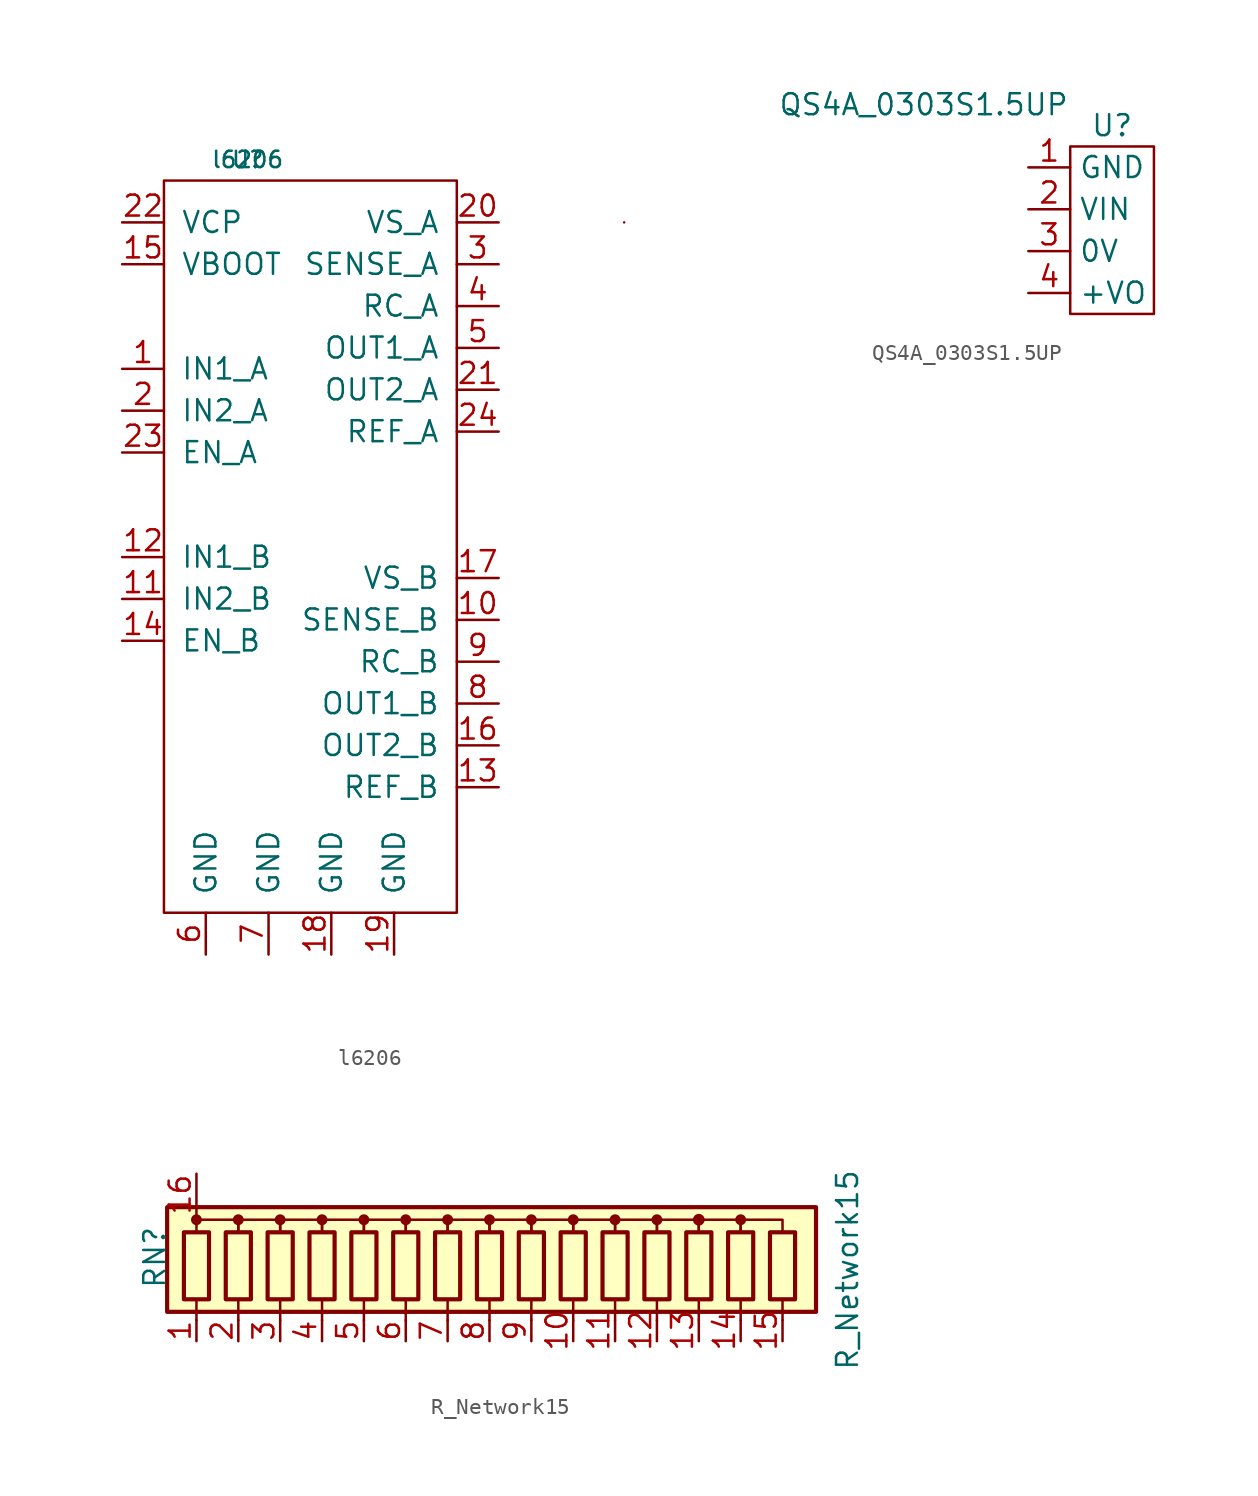
<source format=kicad_sym>
(kicad_symbol_lib
  (version 20211014)
  (generator kicad_symbol_editor)
  (symbol "l6206"
    (pin_names
      (offset 1.016))
    (property "Reference" "U"
      (at 0 0 0)
      (effects (font (size 0.991 0.991))))
    (property "Value" "l6206"
      (at 0 0 0)
      (effects (font (size 0.991 0.991))))
    (symbol "l6206_0_1"
      (rectangle (start -5.08 -1.27) (end 12.7 -45.72) (stroke (width 0) (type default) (color 0 0 0 0)) (fill (type none)))
      (rectangle (start 22.86 -3.81) (end 22.86 -3.81) (stroke (width 0) (type default) (color 0 0 0 0)) (fill (type none))))
    (symbol "l6206_1_1"
      (pin input line (at -7.62 -12.7 0) (length 2.54) (name "IN1_A" (effects (font (size 1.27 1.27)))) (number "1" (effects (font (size 1.27 1.27)))))
      (pin input line (at 15.24 -27.94 180) (length 2.54) (name "SENSE_B" (effects (font (size 1.27 1.27)))) (number "10" (effects (font (size 1.27 1.27)))))
      (pin input line (at -7.62 -26.67 0) (length 2.54) (name "IN2_B" (effects (font (size 1.27 1.27)))) (number "11" (effects (font (size 1.27 1.27)))))
      (pin input line (at -7.62 -24.13 0) (length 2.54) (name "IN1_B" (effects (font (size 1.27 1.27)))) (number "12" (effects (font (size 1.27 1.27)))))
      (pin input line (at 15.24 -38.1 180) (length 2.54) (name "REF_B" (effects (font (size 1.27 1.27)))) (number "13" (effects (font (size 1.27 1.27)))))
      (pin input line (at -7.62 -29.21 0) (length 2.54) (name "EN_B" (effects (font (size 1.27 1.27)))) (number "14" (effects (font (size 1.27 1.27)))))
      (pin input line (at -7.62 -6.35 0) (length 2.54) (name "VBOOT" (effects (font (size 1.27 1.27)))) (number "15" (effects (font (size 1.27 1.27)))))
      (pin output line (at 15.24 -35.56 180) (length 2.54) (name "OUT2_B" (effects (font (size 1.27 1.27)))) (number "16" (effects (font (size 1.27 1.27)))))
      (pin input line (at 15.24 -25.4 180) (length 2.54) (name "VS_B" (effects (font (size 1.27 1.27)))) (number "17" (effects (font (size 1.27 1.27)))))
      (pin input line (at 5.08 -48.26 90) (length 2.54) (name "GND" (effects (font (size 1.27 1.27)))) (number "18" (effects (font (size 1.27 1.27)))))
      (pin input line (at 8.89 -48.26 90) (length 2.54) (name "GND" (effects (font (size 1.27 1.27)))) (number "19" (effects (font (size 1.27 1.27)))))
      (pin input line (at -7.62 -15.24 0) (length 2.54) (name "IN2_A" (effects (font (size 1.27 1.27)))) (number "2" (effects (font (size 1.27 1.27)))))
      (pin input line (at 15.24 -3.81 180) (length 2.54) (name "VS_A" (effects (font (size 1.27 1.27)))) (number "20" (effects (font (size 1.27 1.27)))))
      (pin output line (at 15.24 -13.97 180) (length 2.54) (name "OUT2_A" (effects (font (size 1.27 1.27)))) (number "21" (effects (font (size 1.27 1.27)))))
      (pin input line (at -7.62 -3.81 0) (length 2.54) (name "VCP" (effects (font (size 1.27 1.27)))) (number "22" (effects (font (size 1.27 1.27)))))
      (pin input line (at -7.62 -17.78 0) (length 2.54) (name "EN_A" (effects (font (size 1.27 1.27)))) (number "23" (effects (font (size 1.27 1.27)))))
      (pin input line (at 15.24 -16.51 180) (length 2.54) (name "REF_A" (effects (font (size 1.27 1.27)))) (number "24" (effects (font (size 1.27 1.27)))))
      (pin input line (at 15.24 -6.35 180) (length 2.54) (name "SENSE_A" (effects (font (size 1.27 1.27)))) (number "3" (effects (font (size 1.27 1.27)))))
      (pin input line (at 15.24 -8.89 180) (length 2.54) (name "RC_A" (effects (font (size 1.27 1.27)))) (number "4" (effects (font (size 1.27 1.27)))))
      (pin output line (at 15.24 -11.43 180) (length 2.54) (name "OUT1_A" (effects (font (size 1.27 1.27)))) (number "5" (effects (font (size 1.27 1.27)))))
      (pin input line (at -2.54 -48.26 90) (length 2.54) (name "GND" (effects (font (size 1.27 1.27)))) (number "6" (effects (font (size 1.27 1.27)))))
      (pin input line (at 1.27 -48.26 90) (length 2.54) (name "GND" (effects (font (size 1.27 1.27)))) (number "7" (effects (font (size 1.27 1.27)))))
      (pin output line (at 15.24 -33.02 180) (length 2.54) (name "OUT1_B" (effects (font (size 1.27 1.27)))) (number "8" (effects (font (size 1.27 1.27)))))
      (pin input line (at 15.24 -30.48 180) (length 2.54) (name "RC_B" (effects (font (size 1.27 1.27)))) (number "9" (effects (font (size 1.27 1.27)))))))
  (symbol "QS4A_0303S1.5UP"
    (property "Reference" "U"
      (at 0 6.35 0)
      (effects (font (size 1.27 1.27))))
    (property "Value" "QS4A_0303S1.5UP"
      (at -11.43 7.62 0)
      (effects (font (size 1.27 1.27))))
    (symbol "QS4A_0303S1.5UP_0_1"
      (polyline (pts (xy -2.54 5.08) (xy 2.54 5.08) (xy 2.54 -5.08) (xy -2.54 -5.08) (xy -2.54 5.08)) (stroke (width 0.152) (type default) (color 0 0 0 0)) (fill (type none))))
    (symbol "QS4A_0303S1.5UP_1_1"
      (pin input line (at -5.08 3.81 0) (length 2.54) (name "GND" (effects (font (size 1.27 1.27)))) (number "1" (effects (font (size 1.27 1.27)))))
      (pin input line (at -5.08 1.27 0) (length 2.54) (name "VIN" (effects (font (size 1.27 1.27)))) (number "2" (effects (font (size 1.27 1.27)))))
      (pin input line (at -5.08 -1.27 0) (length 2.54) (name "0V" (effects (font (size 1.27 1.27)))) (number "3" (effects (font (size 1.27 1.27)))))
      (pin input line (at -5.08 -3.81 0) (length 2.54) (name "+VO" (effects (font (size 1.27 1.27)))) (number "4" (effects (font (size 1.27 1.27)))))))
  (symbol "R_Network15"
    (pin_names
      (offset 0) hide)
    (property "Reference" "RN"
      (at -17.78 0 90)
      (effects (font (size 1.27 1.27))))
    (property "Value" "R_Network15"
      (at 24.257 -0.762 90)
      (effects (font (size 1.27 1.27))))
    (symbol "R_Network15_0_1"
      (rectangle (start -17.018 -3.302) (end 22.352 3.048) (stroke (width 0.254) (type default) (color 0 0 0 0)) (fill (type background)))
      (rectangle (start -16.002 1.524) (end -14.478 -2.54) (stroke (width 0.254) (type default) (color 0 0 0 0)) (fill (type none)))
      (circle (center -15.24 2.286) (radius 0.254) (stroke (width 0) (type default) (color 0 0 0 0)) (fill (type outline)))
      (rectangle (start -13.462 1.524) (end -11.938 -2.54) (stroke (width 0.254) (type default) (color 0 0 0 0)) (fill (type none)))
      (circle (center -12.7 2.286) (radius 0.254) (stroke (width 0) (type default) (color 0 0 0 0)) (fill (type outline)))
      (rectangle (start -10.922 1.524) (end -9.398 -2.54) (stroke (width 0.254) (type default) (color 0 0 0 0)) (fill (type none)))
      (circle (center -10.16 2.286) (radius 0.254) (stroke (width 0) (type default) (color 0 0 0 0)) (fill (type outline)))
      (rectangle (start -8.382 1.524) (end -6.858 -2.54) (stroke (width 0.254) (type default) (color 0 0 0 0)) (fill (type none)))
      (circle (center -7.62 2.286) (radius 0.254) (stroke (width 0) (type default) (color 0 0 0 0)) (fill (type outline)))
      (rectangle (start -5.842 1.524) (end -4.318 -2.54) (stroke (width 0.254) (type default) (color 0 0 0 0)) (fill (type none)))
      (circle (center -5.08 2.286) (radius 0.254) (stroke (width 0) (type default) (color 0 0 0 0)) (fill (type outline)))
      (rectangle (start -3.302 1.524) (end -1.778 -2.54) (stroke (width 0.254) (type default) (color 0 0 0 0)) (fill (type none)))
      (circle (center -2.54 2.286) (radius 0.254) (stroke (width 0) (type default) (color 0 0 0 0)) (fill (type outline)))
      (rectangle (start -0.762 1.524) (end 0.762 -2.54) (stroke (width 0.254) (type default) (color 0 0 0 0)) (fill (type none)))
      (polyline (pts (xy -15.24 -2.54) (xy -15.24 -3.81)) (stroke (width 0) (type default) (color 0 0 0 0)) (fill (type none)))
      (polyline (pts (xy -12.7 -2.54) (xy -12.7 -3.81)) (stroke (width 0) (type default) (color 0 0 0 0)) (fill (type none)))
      (polyline (pts (xy -10.16 -2.54) (xy -10.16 -3.81)) (stroke (width 0) (type default) (color 0 0 0 0)) (fill (type none)))
      (polyline (pts (xy -7.62 -2.54) (xy -7.62 -3.81)) (stroke (width 0) (type default) (color 0 0 0 0)) (fill (type none)))
      (polyline (pts (xy -5.08 -2.54) (xy -5.08 -3.81)) (stroke (width 0) (type default) (color 0 0 0 0)) (fill (type none)))
      (polyline (pts (xy -2.54 -2.54) (xy -2.54 -3.81)) (stroke (width 0) (type default) (color 0 0 0 0)) (fill (type none)))
      (polyline (pts (xy 0 -2.54) (xy 0 -3.81)) (stroke (width 0) (type default) (color 0 0 0 0)) (fill (type none)))
      (polyline (pts (xy 2.54 -2.54) (xy 2.54 -3.81)) (stroke (width 0) (type default) (color 0 0 0 0)) (fill (type none)))
      (polyline (pts (xy 5.08 -2.54) (xy 5.08 -3.81)) (stroke (width 0) (type default) (color 0 0 0 0)) (fill (type none)))
      (polyline (pts (xy 7.62 -2.54) (xy 7.62 -3.81)) (stroke (width 0) (type default) (color 0 0 0 0)) (fill (type none)))
      (polyline (pts (xy 10.16 -2.54) (xy 10.16 -3.81)) (stroke (width 0) (type default) (color 0 0 0 0)) (fill (type none)))
      (polyline (pts (xy 12.7 -2.54) (xy 12.7 -3.81)) (stroke (width 0) (type default) (color 0 0 0 0)) (fill (type none)))
      (polyline (pts (xy 15.24 -2.54) (xy 15.24 -3.81)) (stroke (width 0) (type default) (color 0 0 0 0)) (fill (type none)))
      (polyline (pts (xy 17.78 -2.54) (xy 17.78 -3.81)) (stroke (width 0) (type default) (color 0 0 0 0)) (fill (type none)))
      (polyline (pts (xy 20.32 -2.54) (xy 20.32 -3.81)) (stroke (width 0) (type default) (color 0 0 0 0)) (fill (type none)))
      (polyline (pts (xy -15.24 1.524) (xy -15.24 2.286) (xy -12.7 2.286) (xy -12.7 1.524)) (stroke (width 0) (type default) (color 0 0 0 0)) (fill (type none)))
      (polyline (pts (xy -12.7 1.524) (xy -12.7 2.286) (xy -10.16 2.286) (xy -10.16 1.524)) (stroke (width 0) (type default) (color 0 0 0 0)) (fill (type none)))
      (polyline (pts (xy -10.16 1.524) (xy -10.16 2.286) (xy -7.62 2.286) (xy -7.62 1.524)) (stroke (width 0) (type default) (color 0 0 0 0)) (fill (type none)))
      (polyline (pts (xy -7.62 1.524) (xy -7.62 2.286) (xy -5.08 2.286) (xy -5.08 1.524)) (stroke (width 0) (type default) (color 0 0 0 0)) (fill (type none)))
      (polyline (pts (xy -5.08 1.524) (xy -5.08 2.286) (xy -2.54 2.286) (xy -2.54 1.524)) (stroke (width 0) (type default) (color 0 0 0 0)) (fill (type none)))
      (polyline (pts (xy -2.54 1.524) (xy -2.54 2.286) (xy 0 2.286) (xy 0 1.524)) (stroke (width 0) (type default) (color 0 0 0 0)) (fill (type none)))
      (polyline (pts (xy 0 1.524) (xy 0 2.286) (xy 2.54 2.286) (xy 2.54 1.524)) (stroke (width 0) (type default) (color 0 0 0 0)) (fill (type none)))
      (polyline (pts (xy 2.54 1.524) (xy 2.54 2.286) (xy 5.08 2.286) (xy 5.08 1.524)) (stroke (width 0) (type default) (color 0 0 0 0)) (fill (type none)))
      (polyline (pts (xy 5.08 1.524) (xy 5.08 2.286) (xy 7.62 2.286) (xy 7.62 1.524)) (stroke (width 0) (type default) (color 0 0 0 0)) (fill (type none)))
      (polyline (pts (xy 7.62 1.524) (xy 7.62 2.286) (xy 10.16 2.286) (xy 10.16 1.524)) (stroke (width 0) (type default) (color 0 0 0 0)) (fill (type none)))
      (polyline (pts (xy 10.16 1.524) (xy 10.16 2.286) (xy 12.7 2.286) (xy 12.7 1.524)) (stroke (width 0) (type default) (color 0 0 0 0)) (fill (type none)))
      (polyline (pts (xy 12.7 1.524) (xy 12.7 2.286) (xy 15.24 2.286) (xy 15.24 1.524)) (stroke (width 0) (type default) (color 0 0 0 0)) (fill (type none)))
      (polyline (pts (xy 15.24 1.524) (xy 15.24 2.286) (xy 17.78 2.286) (xy 17.78 1.524)) (stroke (width 0) (type default) (color 0 0 0 0)) (fill (type none)))
      (polyline (pts (xy 17.78 1.524) (xy 17.78 2.286) (xy 20.32 2.286) (xy 20.32 1.524)) (stroke (width 0) (type default) (color 0 0 0 0)) (fill (type none)))
      (circle (center 0 2.286) (radius 0.254) (stroke (width 0) (type default) (color 0 0 0 0)) (fill (type outline)))
      (rectangle (start 1.778 1.524) (end 3.302 -2.54) (stroke (width 0.254) (type default) (color 0 0 0 0)) (fill (type none)))
      (circle (center 2.54 2.286) (radius 0.254) (stroke (width 0) (type default) (color 0 0 0 0)) (fill (type outline)))
      (rectangle (start 4.318 1.524) (end 5.842 -2.54) (stroke (width 0.254) (type default) (color 0 0 0 0)) (fill (type none)))
      (circle (center 5.08 2.286) (radius 0.254) (stroke (width 0) (type default) (color 0 0 0 0)) (fill (type outline)))
      (rectangle (start 6.858 1.524) (end 8.382 -2.54) (stroke (width 0.254) (type default) (color 0 0 0 0)) (fill (type none)))
      (circle (center 7.62 2.286) (radius 0.254) (stroke (width 0) (type default) (color 0 0 0 0)) (fill (type outline)))
      (rectangle (start 9.398 1.524) (end 10.922 -2.54) (stroke (width 0.254) (type default) (color 0 0 0 0)) (fill (type none)))
      (circle (center 10.16 2.286) (radius 0.254) (stroke (width 0) (type default) (color 0 0 0 0)) (fill (type outline)))
      (rectangle (start 11.938 1.524) (end 13.462 -2.54) (stroke (width 0.254) (type default) (color 0 0 0 0)) (fill (type none)))
      (circle (center 12.7 2.286) (radius 0.254) (stroke (width 0) (type default) (color 0 0 0 0)) (fill (type outline)))
      (rectangle (start 14.478 1.524) (end 16.002 -2.54) (stroke (width 0.254) (type default) (color 0 0 0 0)) (fill (type none)))
      (circle (center 15.24 2.286) (radius 0.279) (stroke (width 0) (type default) (color 0 0 0 0)) (fill (type outline)))
      (rectangle (start 17.018 1.524) (end 18.542 -2.54) (stroke (width 0.254) (type default) (color 0 0 0 0)) (fill (type none)))
      (circle (center 17.78 2.286) (radius 0.254) (stroke (width 0) (type default) (color 0 0 0 0)) (fill (type outline)))
      (rectangle (start 19.558 1.524) (end 21.082 -2.54) (stroke (width 0.254) (type default) (color 0 0 0 0)) (fill (type none))))
    (symbol "R_Network15_1_1"
      (pin passive line (at -15.24 -5.08 90) (length 1.27) (name "R1" (effects (font (size 1.27 1.27)))) (number "1" (effects (font (size 1.27 1.27)))))
      (pin passive line (at 7.62 -5.08 90) (length 1.27) (name "R10" (effects (font (size 1.27 1.27)))) (number "10" (effects (font (size 1.27 1.27)))))
      (pin passive line (at 10.16 -5.08 90) (length 1.27) (name "R11" (effects (font (size 1.27 1.27)))) (number "11" (effects (font (size 1.27 1.27)))))
      (pin passive line (at 12.7 -5.08 90) (length 1.27) (name "R12" (effects (font (size 1.27 1.27)))) (number "12" (effects (font (size 1.27 1.27)))))
      (pin passive line (at 15.24 -5.08 90) (length 1.27) (name "R13" (effects (font (size 1.27 1.27)))) (number "13" (effects (font (size 1.27 1.27)))))
      (pin passive line (at 17.78 -5.08 90) (length 1.27) (name "R14" (effects (font (size 1.27 1.27)))) (number "14" (effects (font (size 1.27 1.27)))))
      (pin passive line (at 20.32 -5.08 90) (length 1.27) (name "R15" (effects (font (size 1.27 1.27)))) (number "15" (effects (font (size 1.27 1.27)))))
      (pin passive line (at -15.24 5.08 270) (length 2.54) (name "common" (effects (font (size 1.27 1.27)))) (number "16" (effects (font (size 1.27 1.27)))))
      (pin passive line (at -12.7 -5.08 90) (length 1.27) (name "R2" (effects (font (size 1.27 1.27)))) (number "2" (effects (font (size 1.27 1.27)))))
      (pin passive line (at -10.16 -5.08 90) (length 1.27) (name "R3" (effects (font (size 1.27 1.27)))) (number "3" (effects (font (size 1.27 1.27)))))
      (pin passive line (at -7.62 -5.08 90) (length 1.27) (name "R4" (effects (font (size 1.27 1.27)))) (number "4" (effects (font (size 1.27 1.27)))))
      (pin passive line (at -5.08 -5.08 90) (length 1.27) (name "R5" (effects (font (size 1.27 1.27)))) (number "5" (effects (font (size 1.27 1.27)))))
      (pin passive line (at -2.54 -5.08 90) (length 1.27) (name "R6" (effects (font (size 1.27 1.27)))) (number "6" (effects (font (size 1.27 1.27)))))
      (pin passive line (at 0 -5.08 90) (length 1.27) (name "R7" (effects (font (size 1.27 1.27)))) (number "7" (effects (font (size 1.27 1.27)))))
      (pin passive line (at 2.54 -5.08 90) (length 1.27) (name "R8" (effects (font (size 1.27 1.27)))) (number "8" (effects (font (size 1.27 1.27)))))
      (pin passive line (at 5.08 -5.08 90) (length 1.27) (name "R9" (effects (font (size 1.27 1.27)))) (number "9" (effects (font (size 1.27 1.27))))))))
</source>
